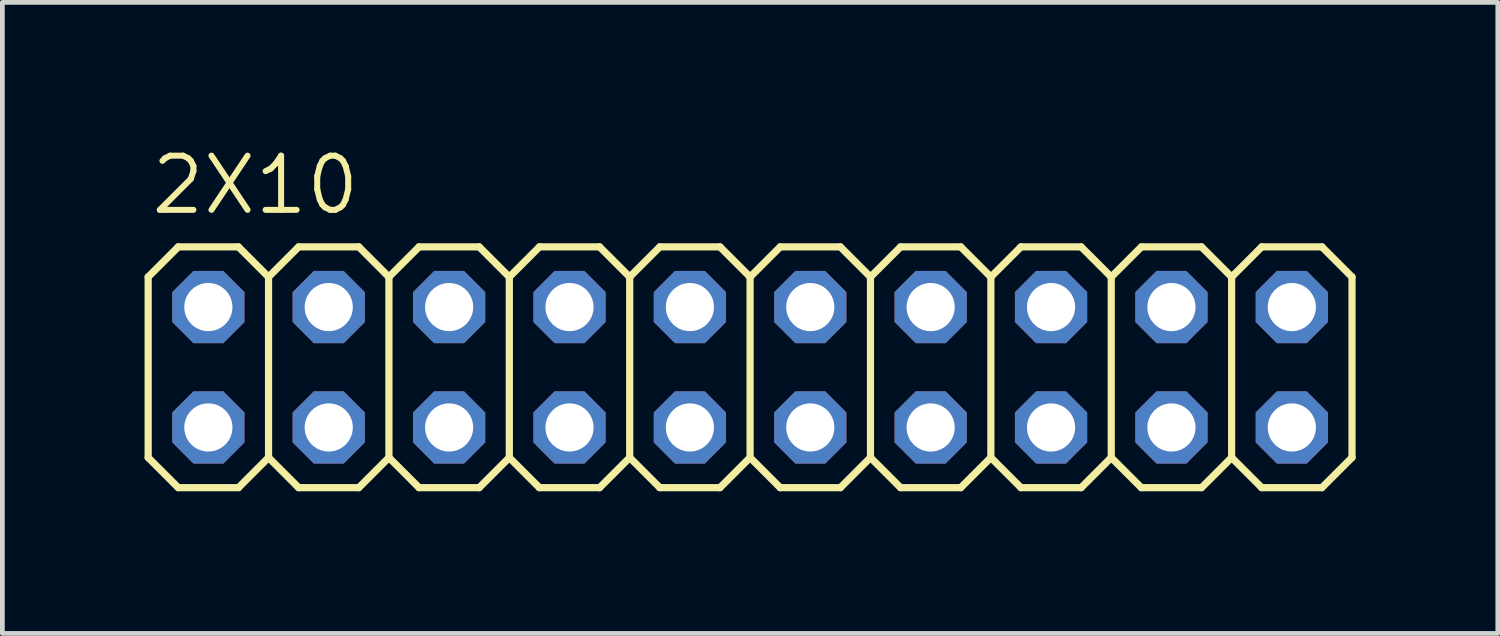
<source format=kicad_pcb>
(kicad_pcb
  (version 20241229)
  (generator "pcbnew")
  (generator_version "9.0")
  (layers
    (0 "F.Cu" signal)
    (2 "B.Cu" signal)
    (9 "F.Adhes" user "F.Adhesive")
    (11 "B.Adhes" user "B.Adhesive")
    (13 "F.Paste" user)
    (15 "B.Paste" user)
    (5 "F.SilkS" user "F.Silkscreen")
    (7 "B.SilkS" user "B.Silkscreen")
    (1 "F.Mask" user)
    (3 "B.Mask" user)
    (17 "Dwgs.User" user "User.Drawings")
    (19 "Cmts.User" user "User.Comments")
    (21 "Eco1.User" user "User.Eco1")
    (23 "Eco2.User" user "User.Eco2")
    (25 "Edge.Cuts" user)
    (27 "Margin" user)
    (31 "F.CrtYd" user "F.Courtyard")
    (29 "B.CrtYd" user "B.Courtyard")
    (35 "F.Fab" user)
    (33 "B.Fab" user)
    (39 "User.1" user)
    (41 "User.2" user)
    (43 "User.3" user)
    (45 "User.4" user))
  (footprint "2X10"
    (layer "F.Cu")
    (at 12.776 4.699)
    (property "Reference" "2X10" (at -12.7 -3.175 0) (unlocked yes) (layer "F.SilkS") (effects (font (size 1.143 1.143) (thickness 0.127)) (justify left bottom)))
    (fp_line (start -12.7 -1.905) (end -12.065 -2.54) (stroke (width 0.152) (type solid)) (layer "F.SilkS"))
    (fp_line (start -12.7 1.905) (end -12.7 -1.905) (stroke (width 0.152) (type solid)) (layer "F.SilkS"))
    (fp_line (start -12.7 1.905) (end -12.065 2.54) (stroke (width 0.152) (type solid)) (layer "F.SilkS"))
    (fp_line (start -12.065 -2.54) (end -10.795 -2.54) (stroke (width 0.152) (type solid)) (layer "F.SilkS"))
    (fp_line (start -12.065 2.54) (end -10.795 2.54) (stroke (width 0.152) (type solid)) (layer "F.SilkS"))
    (fp_line (start -10.795 -2.54) (end -10.16 -1.905) (stroke (width 0.152) (type solid)) (layer "F.SilkS"))
    (fp_line (start -10.795 2.54) (end -10.16 1.905) (stroke (width 0.152) (type solid)) (layer "F.SilkS"))
    (fp_line (start -10.16 -1.905) (end -10.16 1.905) (stroke (width 0.152) (type solid)) (layer "F.SilkS"))
    (fp_line (start -10.16 -1.905) (end -9.525 -2.54) (stroke (width 0.152) (type solid)) (layer "F.SilkS"))
    (fp_line (start -10.16 1.905) (end -9.525 2.54) (stroke (width 0.152) (type solid)) (layer "F.SilkS"))
    (fp_line (start -9.525 -2.54) (end -8.255 -2.54) (stroke (width 0.152) (type solid)) (layer "F.SilkS"))
    (fp_line (start -9.525 2.54) (end -8.255 2.54) (stroke (width 0.152) (type solid)) (layer "F.SilkS"))
    (fp_line (start -8.255 -2.54) (end -7.62 -1.905) (stroke (width 0.152) (type solid)) (layer "F.SilkS"))
    (fp_line (start -8.255 2.54) (end -7.62 1.905) (stroke (width 0.152) (type solid)) (layer "F.SilkS"))
    (fp_line (start -7.62 -1.905) (end -7.62 1.905) (stroke (width 0.152) (type solid)) (layer "F.SilkS"))
    (fp_line (start -7.62 -1.905) (end -6.985 -2.54) (stroke (width 0.152) (type solid)) (layer "F.SilkS"))
    (fp_line (start -7.62 1.905) (end -6.985 2.54) (stroke (width 0.152) (type solid)) (layer "F.SilkS"))
    (fp_line (start -6.985 -2.54) (end -5.715 -2.54) (stroke (width 0.152) (type solid)) (layer "F.SilkS"))
    (fp_line (start -6.985 2.54) (end -5.715 2.54) (stroke (width 0.152) (type solid)) (layer "F.SilkS"))
    (fp_line (start -5.715 -2.54) (end -5.08 -1.905) (stroke (width 0.152) (type solid)) (layer "F.SilkS"))
    (fp_line (start -5.715 2.54) (end -5.08 1.905) (stroke (width 0.152) (type solid)) (layer "F.SilkS"))
    (fp_line (start -5.08 -1.905) (end -5.08 1.905) (stroke (width 0.152) (type solid)) (layer "F.SilkS"))
    (fp_line (start -5.08 -1.905) (end -4.445 -2.54) (stroke (width 0.152) (type solid)) (layer "F.SilkS"))
    (fp_line (start -5.08 1.905) (end -4.445 2.54) (stroke (width 0.152) (type solid)) (layer "F.SilkS"))
    (fp_line (start -4.445 -2.54) (end -3.175 -2.54) (stroke (width 0.152) (type solid)) (layer "F.SilkS"))
    (fp_line (start -4.445 2.54) (end -3.175 2.54) (stroke (width 0.152) (type solid)) (layer "F.SilkS"))
    (fp_line (start -3.175 -2.54) (end -2.54 -1.905) (stroke (width 0.152) (type solid)) (layer "F.SilkS"))
    (fp_line (start -3.175 2.54) (end -2.54 1.905) (stroke (width 0.152) (type solid)) (layer "F.SilkS"))
    (fp_line (start -2.54 -1.905) (end -2.54 1.905) (stroke (width 0.152) (type solid)) (layer "F.SilkS"))
    (fp_line (start -2.54 -1.905) (end -1.905 -2.54) (stroke (width 0.152) (type solid)) (layer "F.SilkS"))
    (fp_line (start -2.54 1.905) (end -1.905 2.54) (stroke (width 0.152) (type solid)) (layer "F.SilkS"))
    (fp_line (start -1.905 -2.54) (end -0.635 -2.54) (stroke (width 0.152) (type solid)) (layer "F.SilkS"))
    (fp_line (start -1.905 2.54) (end -0.635 2.54) (stroke (width 0.152) (type solid)) (layer "F.SilkS"))
    (fp_line (start -0.635 -2.54) (end 0 -1.905) (stroke (width 0.152) (type solid)) (layer "F.SilkS"))
    (fp_line (start -0.635 2.54) (end 0 1.905) (stroke (width 0.152) (type solid)) (layer "F.SilkS"))
    (fp_line (start 0 -1.905) (end 0 1.905) (stroke (width 0.152) (type solid)) (layer "F.SilkS"))
    (fp_line (start 0 -1.905) (end 0.635 -2.54) (stroke (width 0.152) (type solid)) (layer "F.SilkS"))
    (fp_line (start 0 1.905) (end 0.635 2.54) (stroke (width 0.152) (type solid)) (layer "F.SilkS"))
    (fp_line (start 0.635 -2.54) (end 1.905 -2.54) (stroke (width 0.152) (type solid)) (layer "F.SilkS"))
    (fp_line (start 0.635 2.54) (end 1.905 2.54) (stroke (width 0.152) (type solid)) (layer "F.SilkS"))
    (fp_line (start 1.905 -2.54) (end 2.54 -1.905) (stroke (width 0.152) (type solid)) (layer "F.SilkS"))
    (fp_line (start 1.905 2.54) (end 2.54 1.905) (stroke (width 0.152) (type solid)) (layer "F.SilkS"))
    (fp_line (start 2.54 -1.905) (end 2.54 1.905) (stroke (width 0.152) (type solid)) (layer "F.SilkS"))
    (fp_line (start 2.54 -1.905) (end 3.175 -2.54) (stroke (width 0.152) (type solid)) (layer "F.SilkS"))
    (fp_line (start 2.54 1.905) (end 3.175 2.54) (stroke (width 0.152) (type solid)) (layer "F.SilkS"))
    (fp_line (start 3.175 -2.54) (end 4.445 -2.54) (stroke (width 0.152) (type solid)) (layer "F.SilkS"))
    (fp_line (start 3.175 2.54) (end 4.445 2.54) (stroke (width 0.152) (type solid)) (layer "F.SilkS"))
    (fp_line (start 4.445 -2.54) (end 5.08 -1.905) (stroke (width 0.152) (type solid)) (layer "F.SilkS"))
    (fp_line (start 5.08 -1.905) (end 5.08 1.905) (stroke (width 0.152) (type solid)) (layer "F.SilkS"))
    (fp_line (start 5.08 -1.905) (end 5.715 -2.54) (stroke (width 0.152) (type solid)) (layer "F.SilkS"))
    (fp_line (start 5.08 1.905) (end 4.445 2.54) (stroke (width 0.152) (type solid)) (layer "F.SilkS"))
    (fp_line (start 5.08 1.905) (end 5.715 2.54) (stroke (width 0.152) (type solid)) (layer "F.SilkS"))
    (fp_line (start 5.715 -2.54) (end 6.985 -2.54) (stroke (width 0.152) (type solid)) (layer "F.SilkS"))
    (fp_line (start 5.715 2.54) (end 6.985 2.54) (stroke (width 0.152) (type solid)) (layer "F.SilkS"))
    (fp_line (start 6.985 -2.54) (end 7.62 -1.905) (stroke (width 0.152) (type solid)) (layer "F.SilkS"))
    (fp_line (start 7.62 -1.905) (end 7.62 1.905) (stroke (width 0.152) (type solid)) (layer "F.SilkS"))
    (fp_line (start 7.62 -1.905) (end 8.255 -2.54) (stroke (width 0.152) (type solid)) (layer "F.SilkS"))
    (fp_line (start 7.62 1.905) (end 6.985 2.54) (stroke (width 0.152) (type solid)) (layer "F.SilkS"))
    (fp_line (start 7.62 1.905) (end 8.255 2.54) (stroke (width 0.152) (type solid)) (layer "F.SilkS"))
    (fp_line (start 8.255 -2.54) (end 9.525 -2.54) (stroke (width 0.152) (type solid)) (layer "F.SilkS"))
    (fp_line (start 8.255 2.54) (end 9.525 2.54) (stroke (width 0.152) (type solid)) (layer "F.SilkS"))
    (fp_line (start 9.525 -2.54) (end 10.16 -1.905) (stroke (width 0.152) (type solid)) (layer "F.SilkS"))
    (fp_line (start 10.16 -1.905) (end 10.16 1.905) (stroke (width 0.152) (type solid)) (layer "F.SilkS"))
    (fp_line (start 10.16 -1.905) (end 10.795 -2.54) (stroke (width 0.152) (type solid)) (layer "F.SilkS"))
    (fp_line (start 10.16 1.905) (end 9.525 2.54) (stroke (width 0.152) (type solid)) (layer "F.SilkS"))
    (fp_line (start 10.16 1.905) (end 10.795 2.54) (stroke (width 0.152) (type solid)) (layer "F.SilkS"))
    (fp_line (start 10.795 -2.54) (end 12.065 -2.54) (stroke (width 0.152) (type solid)) (layer "F.SilkS"))
    (fp_line (start 10.795 2.54) (end 12.065 2.54) (stroke (width 0.152) (type solid)) (layer "F.SilkS"))
    (fp_line (start 12.065 -2.54) (end 12.7 -1.905) (stroke (width 0.152) (type solid)) (layer "F.SilkS"))
    (fp_line (start 12.7 -1.905) (end 12.7 1.905) (stroke (width 0.152) (type solid)) (layer "F.SilkS"))
    (fp_line (start 12.7 1.905) (end 12.065 2.54) (stroke (width 0.152) (type solid)) (layer "F.SilkS"))
    (fp_poly (pts (xy -11.684 -1.016) (xy -11.176 -1.016) (xy -11.176 -1.524) (xy -11.684 -1.524)) (stroke (width 0.1) (type default)) (fill no) (layer "F.Fab"))
    (fp_poly (pts (xy -11.684 1.524) (xy -11.176 1.524) (xy -11.176 1.016) (xy -11.684 1.016)) (stroke (width 0.1) (type default)) (fill no) (layer "F.Fab"))
    (fp_poly (pts (xy -9.144 -1.016) (xy -8.636 -1.016) (xy -8.636 -1.524) (xy -9.144 -1.524)) (stroke (width 0.1) (type default)) (fill no) (layer "F.Fab"))
    (fp_poly (pts (xy -9.144 1.524) (xy -8.636 1.524) (xy -8.636 1.016) (xy -9.144 1.016)) (stroke (width 0.1) (type default)) (fill no) (layer "F.Fab"))
    (fp_poly (pts (xy -6.604 -1.016) (xy -6.096 -1.016) (xy -6.096 -1.524) (xy -6.604 -1.524)) (stroke (width 0.1) (type default)) (fill no) (layer "F.Fab"))
    (fp_poly (pts (xy -6.604 1.524) (xy -6.096 1.524) (xy -6.096 1.016) (xy -6.604 1.016)) (stroke (width 0.1) (type default)) (fill no) (layer "F.Fab"))
    (fp_poly (pts (xy -4.064 -1.016) (xy -3.556 -1.016) (xy -3.556 -1.524) (xy -4.064 -1.524)) (stroke (width 0.1) (type default)) (fill no) (layer "F.Fab"))
    (fp_poly (pts (xy -4.064 1.524) (xy -3.556 1.524) (xy -3.556 1.016) (xy -4.064 1.016)) (stroke (width 0.1) (type default)) (fill no) (layer "F.Fab"))
    (fp_poly (pts (xy -1.524 -1.016) (xy -1.016 -1.016) (xy -1.016 -1.524) (xy -1.524 -1.524)) (stroke (width 0.1) (type default)) (fill no) (layer "F.Fab"))
    (fp_poly (pts (xy -1.524 1.524) (xy -1.016 1.524) (xy -1.016 1.016) (xy -1.524 1.016)) (stroke (width 0.1) (type default)) (fill no) (layer "F.Fab"))
    (fp_poly (pts (xy 1.016 -1.016) (xy 1.524 -1.016) (xy 1.524 -1.524) (xy 1.016 -1.524)) (stroke (width 0.1) (type default)) (fill no) (layer "F.Fab"))
    (fp_poly (pts (xy 1.016 1.524) (xy 1.524 1.524) (xy 1.524 1.016) (xy 1.016 1.016)) (stroke (width 0.1) (type default)) (fill no) (layer "F.Fab"))
    (fp_poly (pts (xy 3.556 -1.016) (xy 4.064 -1.016) (xy 4.064 -1.524) (xy 3.556 -1.524)) (stroke (width 0.1) (type default)) (fill no) (layer "F.Fab"))
    (fp_poly (pts (xy 3.556 1.524) (xy 4.064 1.524) (xy 4.064 1.016) (xy 3.556 1.016)) (stroke (width 0.1) (type default)) (fill no) (layer "F.Fab"))
    (fp_poly (pts (xy 6.096 -1.016) (xy 6.604 -1.016) (xy 6.604 -1.524) (xy 6.096 -1.524)) (stroke (width 0.1) (type default)) (fill no) (layer "F.Fab"))
    (fp_poly (pts (xy 6.096 1.524) (xy 6.604 1.524) (xy 6.604 1.016) (xy 6.096 1.016)) (stroke (width 0.1) (type default)) (fill no) (layer "F.Fab"))
    (fp_poly (pts (xy 8.636 -1.016) (xy 9.144 -1.016) (xy 9.144 -1.524) (xy 8.636 -1.524)) (stroke (width 0.1) (type default)) (fill no) (layer "F.Fab"))
    (fp_poly (pts (xy 8.636 1.524) (xy 9.144 1.524) (xy 9.144 1.016) (xy 8.636 1.016)) (stroke (width 0.1) (type default)) (fill no) (layer "F.Fab"))
    (fp_poly (pts (xy 11.176 -1.016) (xy 11.684 -1.016) (xy 11.684 -1.524) (xy 11.176 -1.524)) (stroke (width 0.1) (type default)) (fill no) (layer "F.Fab"))
    (fp_poly (pts (xy 11.176 1.524) (xy 11.684 1.524) (xy 11.684 1.016) (xy 11.176 1.016)) (stroke (width 0.1) (type default)) (fill no) (layer "F.Fab"))
    (pad "1" thru_hole roundrect (at -11.43 1.27) (size 1.524 1.524) (drill 1.016) (layers "*.Cu" "*.Mask") (roundrect_rratio 0.25) (chamfer_ratio 0.293) (chamfer top_left top_right bottom_left bottom_right))
    (pad "2" thru_hole roundrect (at -11.43 -1.27) (size 1.524 1.524) (drill 1.016) (layers "*.Cu" "*.Mask") (roundrect_rratio 0.25) (chamfer_ratio 0.293) (chamfer top_left top_right bottom_left bottom_right))
    (pad "3" thru_hole roundrect (at -8.89 1.27) (size 1.524 1.524) (drill 1.016) (layers "*.Cu" "*.Mask") (roundrect_rratio 0.25) (chamfer_ratio 0.293) (chamfer top_left top_right bottom_left bottom_right))
    (pad "4" thru_hole roundrect (at -8.89 -1.27) (size 1.524 1.524) (drill 1.016) (layers "*.Cu" "*.Mask") (roundrect_rratio 0.25) (chamfer_ratio 0.293) (chamfer top_left top_right bottom_left bottom_right))
    (pad "5" thru_hole roundrect (at -6.35 1.27) (size 1.524 1.524) (drill 1.016) (layers "*.Cu" "*.Mask") (roundrect_rratio 0.25) (chamfer_ratio 0.293) (chamfer top_left top_right bottom_left bottom_right))
    (pad "6" thru_hole roundrect (at -6.35 -1.27) (size 1.524 1.524) (drill 1.016) (layers "*.Cu" "*.Mask") (roundrect_rratio 0.25) (chamfer_ratio 0.293) (chamfer top_left top_right bottom_left bottom_right))
    (pad "7" thru_hole roundrect (at -3.81 1.27) (size 1.524 1.524) (drill 1.016) (layers "*.Cu" "*.Mask") (roundrect_rratio 0.25) (chamfer_ratio 0.293) (chamfer top_left top_right bottom_left bottom_right))
    (pad "8" thru_hole roundrect (at -3.81 -1.27) (size 1.524 1.524) (drill 1.016) (layers "*.Cu" "*.Mask") (roundrect_rratio 0.25) (chamfer_ratio 0.293) (chamfer top_left top_right bottom_left bottom_right))
    (pad "9" thru_hole roundrect (at -1.27 1.27) (size 1.524 1.524) (drill 1.016) (layers "*.Cu" "*.Mask") (roundrect_rratio 0.25) (chamfer_ratio 0.293) (chamfer top_left top_right bottom_left bottom_right))
    (pad "10" thru_hole roundrect (at -1.27 -1.27) (size 1.524 1.524) (drill 1.016) (layers "*.Cu" "*.Mask") (roundrect_rratio 0.25) (chamfer_ratio 0.293) (chamfer top_left top_right bottom_left bottom_right))
    (pad "11" thru_hole roundrect (at 1.27 1.27) (size 1.524 1.524) (drill 1.016) (layers "*.Cu" "*.Mask") (roundrect_rratio 0.25) (chamfer_ratio 0.293) (chamfer top_left top_right bottom_left bottom_right))
    (pad "12" thru_hole roundrect (at 1.27 -1.27) (size 1.524 1.524) (drill 1.016) (layers "*.Cu" "*.Mask") (roundrect_rratio 0.25) (chamfer_ratio 0.293) (chamfer top_left top_right bottom_left bottom_right))
    (pad "13" thru_hole roundrect (at 3.81 1.27) (size 1.524 1.524) (drill 1.016) (layers "*.Cu" "*.Mask") (roundrect_rratio 0.25) (chamfer_ratio 0.293) (chamfer top_left top_right bottom_left bottom_right))
    (pad "14" thru_hole roundrect (at 3.81 -1.27) (size 1.524 1.524) (drill 1.016) (layers "*.Cu" "*.Mask") (roundrect_rratio 0.25) (chamfer_ratio 0.293) (chamfer top_left top_right bottom_left bottom_right))
    (pad "15" thru_hole roundrect (at 6.35 1.27) (size 1.524 1.524) (drill 1.016) (layers "*.Cu" "*.Mask") (roundrect_rratio 0.25) (chamfer_ratio 0.293) (chamfer top_left top_right bottom_left bottom_right))
    (pad "16" thru_hole roundrect (at 6.35 -1.27) (size 1.524 1.524) (drill 1.016) (layers "*.Cu" "*.Mask") (roundrect_rratio 0.25) (chamfer_ratio 0.293) (chamfer top_left top_right bottom_left bottom_right))
    (pad "17" thru_hole roundrect (at 8.89 1.27) (size 1.524 1.524) (drill 1.016) (layers "*.Cu" "*.Mask") (roundrect_rratio 0.25) (chamfer_ratio 0.293) (chamfer top_left top_right bottom_left bottom_right))
    (pad "18" thru_hole roundrect (at 8.89 -1.27) (size 1.524 1.524) (drill 1.016) (layers "*.Cu" "*.Mask") (roundrect_rratio 0.25) (chamfer_ratio 0.293) (chamfer top_left top_right bottom_left bottom_right))
    (pad "19" thru_hole roundrect (at 11.43 1.27) (size 1.524 1.524) (drill 1.016) (layers "*.Cu" "*.Mask") (roundrect_rratio 0.25) (chamfer_ratio 0.293) (chamfer top_left top_right bottom_left bottom_right))
    (pad "20" thru_hole roundrect (at 11.43 -1.27) (size 1.524 1.524) (drill 1.016) (layers "*.Cu" "*.Mask") (roundrect_rratio 0.25) (chamfer_ratio 0.293) (chamfer top_left top_right bottom_left bottom_right)))
  (gr_rect
    (start -3 -3)
    (end 28.552 10.315)
    (stroke (width 0.1) (type default))
    (fill no)
    (layer "Edge.Cuts")))
</source>
